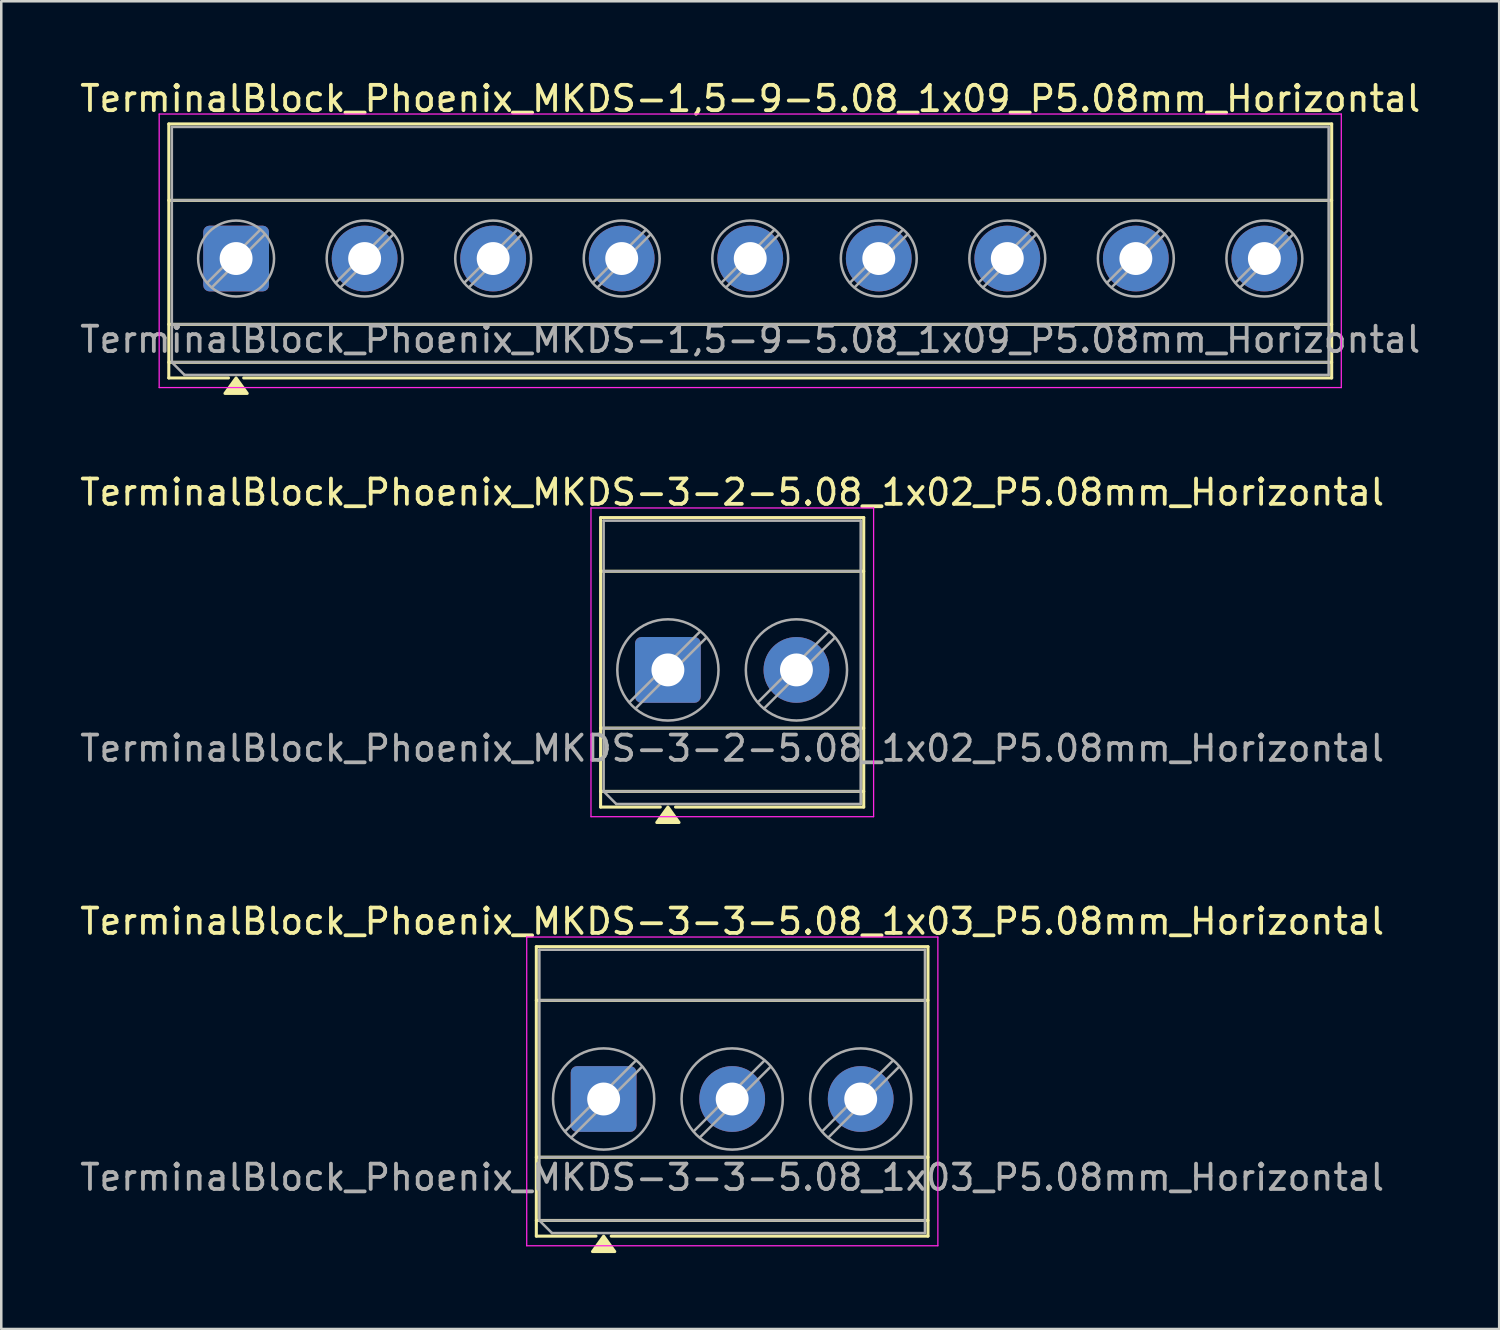
<source format=kicad_pcb>
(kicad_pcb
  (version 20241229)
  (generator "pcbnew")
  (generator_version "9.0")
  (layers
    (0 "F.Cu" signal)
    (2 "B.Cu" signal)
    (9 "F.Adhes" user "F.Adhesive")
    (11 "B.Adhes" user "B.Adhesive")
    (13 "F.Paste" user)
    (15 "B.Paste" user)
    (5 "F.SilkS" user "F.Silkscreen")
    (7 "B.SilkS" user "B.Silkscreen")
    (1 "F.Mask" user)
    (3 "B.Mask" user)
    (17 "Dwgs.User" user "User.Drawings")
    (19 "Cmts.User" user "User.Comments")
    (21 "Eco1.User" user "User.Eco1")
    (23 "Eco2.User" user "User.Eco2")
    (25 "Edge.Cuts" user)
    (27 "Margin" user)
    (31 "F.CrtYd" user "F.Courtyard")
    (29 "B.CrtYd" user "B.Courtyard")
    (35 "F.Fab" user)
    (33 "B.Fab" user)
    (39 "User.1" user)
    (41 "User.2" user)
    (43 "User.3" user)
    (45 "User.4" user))
  (footprint "TerminalBlock_Phoenix_MKDS-3-2-5.08_1x02_P5.08mm_Horizontal"
    (layer "F.Cu")
    (at 23.347 23.427)
    (property "Reference" "TerminalBlock_Phoenix_MKDS-3-2-5.08_1x02_P5.08mm_Horizontal" (at 2.54 -7.02 0) (layer "F.SilkS") (effects (font (size 1 1) (thickness 0.15))))
    (attr through_hole)
    (fp_line (start -2.66 -6.02) (end 7.74 -6.02) (stroke (width 0.12) (type solid)) (layer "F.SilkS"))
    (fp_line (start -2.66 -3.9) (end 7.74 -3.9) (stroke (width 0.12) (type solid)) (layer "F.SilkS"))
    (fp_line (start -2.66 2.3) (end 7.74 2.3) (stroke (width 0.12) (type solid)) (layer "F.SilkS"))
    (fp_line (start -2.66 4.8) (end 7.74 4.8) (stroke (width 0.12) (type solid)) (layer "F.SilkS"))
    (fp_line (start -2.66 5.42) (end -2.66 -6.02) (stroke (width 0.12) (type solid)) (layer "F.SilkS"))
    (fp_line (start -0.3 5.42) (end -2.66 5.42) (stroke (width 0.12) (type solid)) (layer "F.SilkS"))
    (fp_line (start 7.74 -6.02) (end 7.74 5.42) (stroke (width 0.12) (type solid)) (layer "F.SilkS"))
    (fp_line (start 7.74 5.42) (end 0.3 5.42) (stroke (width 0.12) (type solid)) (layer "F.SilkS"))
    (fp_poly (pts (xy 0 5.42) (xy 0.44 6.03) (xy -0.44 6.03)) (stroke (width 0.12) (type solid)) (fill yes) (layer "F.SilkS"))
    (fp_line (start -3.04 -6.4) (end -3.04 5.8) (stroke (width 0.05) (type solid)) (layer "F.CrtYd"))
    (fp_line (start -3.04 5.8) (end 8.13 5.8) (stroke (width 0.05) (type solid)) (layer "F.CrtYd"))
    (fp_line (start 8.13 -6.4) (end -3.04 -6.4) (stroke (width 0.05) (type solid)) (layer "F.CrtYd"))
    (fp_line (start 8.13 5.8) (end 8.13 -6.4) (stroke (width 0.05) (type solid)) (layer "F.CrtYd"))
    (fp_line (start -2.54 -5.9) (end 7.62 -5.9) (stroke (width 0.1) (type solid)) (layer "F.Fab"))
    (fp_line (start -2.54 -3.9) (end 7.62 -3.9) (stroke (width 0.1) (type solid)) (layer "F.Fab"))
    (fp_line (start -2.54 2.3) (end 7.62 2.3) (stroke (width 0.1) (type solid)) (layer "F.Fab"))
    (fp_line (start -2.54 4.8) (end -2.54 -5.9) (stroke (width 0.1) (type solid)) (layer "F.Fab"))
    (fp_line (start -2.54 4.8) (end 7.62 4.8) (stroke (width 0.1) (type solid)) (layer "F.Fab"))
    (fp_line (start -2.04 5.3) (end -2.54 4.8) (stroke (width 0.1) (type solid)) (layer "F.Fab"))
    (fp_line (start 1.273 -1.517) (end -1.517 1.273) (stroke (width 0.1) (type solid)) (layer "F.Fab"))
    (fp_line (start 1.517 -1.273) (end -1.273 1.517) (stroke (width 0.1) (type solid)) (layer "F.Fab"))
    (fp_line (start 6.353 -1.517) (end 3.563 1.273) (stroke (width 0.1) (type solid)) (layer "F.Fab"))
    (fp_line (start 6.597 -1.273) (end 3.807 1.517) (stroke (width 0.1) (type solid)) (layer "F.Fab"))
    (fp_line (start 7.62 -5.9) (end 7.62 5.3) (stroke (width 0.1) (type solid)) (layer "F.Fab"))
    (fp_line (start 7.62 5.3) (end -2.04 5.3) (stroke (width 0.1) (type solid)) (layer "F.Fab"))
    (fp_circle (center 0 0) (end 2 0) (stroke (width 0.1) (type solid)) (fill no) (layer "F.Fab"))
    (fp_circle (center 5.08 0) (end 7.08 0) (stroke (width 0.1) (type solid)) (fill no) (layer "F.Fab"))
    (fp_text user "${REFERENCE}" (at 2.54 3.1 0) (layer "F.Fab") (effects (font (size 1 1) (thickness 0.15))))
    (pad "1" thru_hole roundrect (at 0 0) (size 2.6 2.6) (drill 1.3) (layers "*.Cu" "*.Mask") (roundrect_rratio 0.096))
    (pad "2" thru_hole circle (at 5.08 0) (size 2.6 2.6) (drill 1.3) (layers "*.Cu" "*.Mask")))
  (footprint "TerminalBlock_Phoenix_MKDS-3-3-5.08_1x03_P5.08mm_Horizontal"
    (layer "F.Cu")
    (at 20.807 40.385)
    (property "Reference" "TerminalBlock_Phoenix_MKDS-3-3-5.08_1x03_P5.08mm_Horizontal" (at 5.08 -7.02 0) (layer "F.SilkS") (effects (font (size 1 1) (thickness 0.15))))
    (attr through_hole)
    (fp_line (start -2.66 -6.02) (end 12.82 -6.02) (stroke (width 0.12) (type solid)) (layer "F.SilkS"))
    (fp_line (start -2.66 -3.9) (end 12.82 -3.9) (stroke (width 0.12) (type solid)) (layer "F.SilkS"))
    (fp_line (start -2.66 2.3) (end 12.82 2.3) (stroke (width 0.12) (type solid)) (layer "F.SilkS"))
    (fp_line (start -2.66 4.8) (end 12.82 4.8) (stroke (width 0.12) (type solid)) (layer "F.SilkS"))
    (fp_line (start -2.66 5.42) (end -2.66 -6.02) (stroke (width 0.12) (type solid)) (layer "F.SilkS"))
    (fp_line (start -0.3 5.42) (end -2.66 5.42) (stroke (width 0.12) (type solid)) (layer "F.SilkS"))
    (fp_line (start 12.82 -6.02) (end 12.82 5.42) (stroke (width 0.12) (type solid)) (layer "F.SilkS"))
    (fp_line (start 12.82 5.42) (end 0.3 5.42) (stroke (width 0.12) (type solid)) (layer "F.SilkS"))
    (fp_poly (pts (xy 0 5.42) (xy 0.44 6.03) (xy -0.44 6.03)) (stroke (width 0.12) (type solid)) (fill yes) (layer "F.SilkS"))
    (fp_line (start -3.04 -6.4) (end -3.04 5.8) (stroke (width 0.05) (type solid)) (layer "F.CrtYd"))
    (fp_line (start -3.04 5.8) (end 13.21 5.8) (stroke (width 0.05) (type solid)) (layer "F.CrtYd"))
    (fp_line (start 13.21 -6.4) (end -3.04 -6.4) (stroke (width 0.05) (type solid)) (layer "F.CrtYd"))
    (fp_line (start 13.21 5.8) (end 13.21 -6.4) (stroke (width 0.05) (type solid)) (layer "F.CrtYd"))
    (fp_line (start -2.54 -5.9) (end 12.7 -5.9) (stroke (width 0.1) (type solid)) (layer "F.Fab"))
    (fp_line (start -2.54 -3.9) (end 12.7 -3.9) (stroke (width 0.1) (type solid)) (layer "F.Fab"))
    (fp_line (start -2.54 2.3) (end 12.7 2.3) (stroke (width 0.1) (type solid)) (layer "F.Fab"))
    (fp_line (start -2.54 4.8) (end -2.54 -5.9) (stroke (width 0.1) (type solid)) (layer "F.Fab"))
    (fp_line (start -2.54 4.8) (end 12.7 4.8) (stroke (width 0.1) (type solid)) (layer "F.Fab"))
    (fp_line (start -2.04 5.3) (end -2.54 4.8) (stroke (width 0.1) (type solid)) (layer "F.Fab"))
    (fp_line (start 1.273 -1.517) (end -1.517 1.273) (stroke (width 0.1) (type solid)) (layer "F.Fab"))
    (fp_line (start 1.517 -1.273) (end -1.273 1.517) (stroke (width 0.1) (type solid)) (layer "F.Fab"))
    (fp_line (start 6.353 -1.517) (end 3.563 1.273) (stroke (width 0.1) (type solid)) (layer "F.Fab"))
    (fp_line (start 6.597 -1.273) (end 3.807 1.517) (stroke (width 0.1) (type solid)) (layer "F.Fab"))
    (fp_line (start 11.433 -1.517) (end 8.643 1.273) (stroke (width 0.1) (type solid)) (layer "F.Fab"))
    (fp_line (start 11.677 -1.273) (end 8.887 1.517) (stroke (width 0.1) (type solid)) (layer "F.Fab"))
    (fp_line (start 12.7 -5.9) (end 12.7 5.3) (stroke (width 0.1) (type solid)) (layer "F.Fab"))
    (fp_line (start 12.7 5.3) (end -2.04 5.3) (stroke (width 0.1) (type solid)) (layer "F.Fab"))
    (fp_circle (center 0 0) (end 2 0) (stroke (width 0.1) (type solid)) (fill no) (layer "F.Fab"))
    (fp_circle (center 5.08 0) (end 7.08 0) (stroke (width 0.1) (type solid)) (fill no) (layer "F.Fab"))
    (fp_circle (center 10.16 0) (end 12.16 0) (stroke (width 0.1) (type solid)) (fill no) (layer "F.Fab"))
    (fp_text user "${REFERENCE}" (at 5.08 3.1 0) (layer "F.Fab") (effects (font (size 1 1) (thickness 0.15))))
    (pad "1" thru_hole roundrect (at 0 0) (size 2.6 2.6) (drill 1.3) (layers "*.Cu" "*.Mask") (roundrect_rratio 0.096))
    (pad "2" thru_hole circle (at 5.08 0) (size 2.6 2.6) (drill 1.3) (layers "*.Cu" "*.Mask"))
    (pad "3" thru_hole circle (at 10.16 0) (size 2.6 2.6) (drill 1.3) (layers "*.Cu" "*.Mask")))
  (footprint "TerminalBlock_Phoenix_MKDS-1,5-9-5.08_1x09_P5.08mm_Horizontal"
    (layer "F.Cu")
    (at 6.281 7.168)
    (property "Reference" "TerminalBlock_Phoenix_MKDS-1,5-9-5.08_1x09_P5.08mm_Horizontal" (at 20.32 -6.32 0) (layer "F.SilkS") (effects (font (size 1 1) (thickness 0.15))))
    (attr through_hole)
    (fp_line (start -2.66 -5.32) (end 43.3 -5.32) (stroke (width 0.12) (type solid)) (layer "F.SilkS"))
    (fp_line (start -2.66 -2.3) (end 43.3 -2.3) (stroke (width 0.12) (type solid)) (layer "F.SilkS"))
    (fp_line (start -2.66 2.6) (end 43.3 2.6) (stroke (width 0.12) (type solid)) (layer "F.SilkS"))
    (fp_line (start -2.66 4.1) (end 43.3 4.1) (stroke (width 0.12) (type solid)) (layer "F.SilkS"))
    (fp_line (start -2.66 4.72) (end -2.66 -5.32) (stroke (width 0.12) (type solid)) (layer "F.SilkS"))
    (fp_line (start -0.3 4.72) (end -2.66 4.72) (stroke (width 0.12) (type solid)) (layer "F.SilkS"))
    (fp_line (start 43.3 -5.32) (end 43.3 4.72) (stroke (width 0.12) (type solid)) (layer "F.SilkS"))
    (fp_line (start 43.3 4.72) (end 0.3 4.72) (stroke (width 0.12) (type solid)) (layer "F.SilkS"))
    (fp_poly (pts (xy 0 4.72) (xy 0.44 5.33) (xy -0.44 5.33)) (stroke (width 0.12) (type solid)) (fill yes) (layer "F.SilkS"))
    (fp_line (start -3.04 -5.71) (end -3.04 5.1) (stroke (width 0.05) (type solid)) (layer "F.CrtYd"))
    (fp_line (start -3.04 5.1) (end 43.68 5.1) (stroke (width 0.05) (type solid)) (layer "F.CrtYd"))
    (fp_line (start 43.68 -5.71) (end -3.04 -5.71) (stroke (width 0.05) (type solid)) (layer "F.CrtYd"))
    (fp_line (start 43.68 5.1) (end 43.68 -5.71) (stroke (width 0.05) (type solid)) (layer "F.CrtYd"))
    (fp_line (start -2.54 -5.2) (end 43.18 -5.2) (stroke (width 0.1) (type solid)) (layer "F.Fab"))
    (fp_line (start -2.54 -2.3) (end 43.18 -2.3) (stroke (width 0.1) (type solid)) (layer "F.Fab"))
    (fp_line (start -2.54 2.6) (end 43.18 2.6) (stroke (width 0.1) (type solid)) (layer "F.Fab"))
    (fp_line (start -2.54 4.1) (end -2.54 -5.2) (stroke (width 0.1) (type solid)) (layer "F.Fab"))
    (fp_line (start -2.54 4.1) (end 43.18 4.1) (stroke (width 0.1) (type solid)) (layer "F.Fab"))
    (fp_line (start -2.04 4.6) (end -2.54 4.1) (stroke (width 0.1) (type solid)) (layer "F.Fab"))
    (fp_line (start 0.955 -1.138) (end -1.138 0.955) (stroke (width 0.1) (type solid)) (layer "F.Fab"))
    (fp_line (start 1.138 -0.955) (end -0.955 1.138) (stroke (width 0.1) (type solid)) (layer "F.Fab"))
    (fp_line (start 6.035 -1.138) (end 3.942 0.955) (stroke (width 0.1) (type solid)) (layer "F.Fab"))
    (fp_line (start 6.218 -0.955) (end 4.125 1.138) (stroke (width 0.1) (type solid)) (layer "F.Fab"))
    (fp_line (start 11.115 -1.138) (end 9.022 0.955) (stroke (width 0.1) (type solid)) (layer "F.Fab"))
    (fp_line (start 11.298 -0.955) (end 9.205 1.138) (stroke (width 0.1) (type solid)) (layer "F.Fab"))
    (fp_line (start 16.195 -1.138) (end 14.102 0.955) (stroke (width 0.1) (type solid)) (layer "F.Fab"))
    (fp_line (start 16.378 -0.955) (end 14.285 1.138) (stroke (width 0.1) (type solid)) (layer "F.Fab"))
    (fp_line (start 21.275 -1.138) (end 19.182 0.955) (stroke (width 0.1) (type solid)) (layer "F.Fab"))
    (fp_line (start 21.458 -0.955) (end 19.365 1.138) (stroke (width 0.1) (type solid)) (layer "F.Fab"))
    (fp_line (start 26.355 -1.138) (end 24.262 0.955) (stroke (width 0.1) (type solid)) (layer "F.Fab"))
    (fp_line (start 26.538 -0.955) (end 24.445 1.138) (stroke (width 0.1) (type solid)) (layer "F.Fab"))
    (fp_line (start 31.435 -1.138) (end 29.342 0.955) (stroke (width 0.1) (type solid)) (layer "F.Fab"))
    (fp_line (start 31.618 -0.955) (end 29.525 1.138) (stroke (width 0.1) (type solid)) (layer "F.Fab"))
    (fp_line (start 36.515 -1.138) (end 34.422 0.955) (stroke (width 0.1) (type solid)) (layer "F.Fab"))
    (fp_line (start 36.698 -0.955) (end 34.605 1.138) (stroke (width 0.1) (type solid)) (layer "F.Fab"))
    (fp_line (start 41.595 -1.138) (end 39.502 0.955) (stroke (width 0.1) (type solid)) (layer "F.Fab"))
    (fp_line (start 41.778 -0.955) (end 39.685 1.138) (stroke (width 0.1) (type solid)) (layer "F.Fab"))
    (fp_line (start 43.18 -5.2) (end 43.18 4.6) (stroke (width 0.1) (type solid)) (layer "F.Fab"))
    (fp_line (start 43.18 4.6) (end -2.04 4.6) (stroke (width 0.1) (type solid)) (layer "F.Fab"))
    (fp_circle (center 0 0) (end 1.5 0) (stroke (width 0.1) (type solid)) (fill no) (layer "F.Fab"))
    (fp_circle (center 5.08 0) (end 6.58 0) (stroke (width 0.1) (type solid)) (fill no) (layer "F.Fab"))
    (fp_circle (center 10.16 0) (end 11.66 0) (stroke (width 0.1) (type solid)) (fill no) (layer "F.Fab"))
    (fp_circle (center 15.24 0) (end 16.74 0) (stroke (width 0.1) (type solid)) (fill no) (layer "F.Fab"))
    (fp_circle (center 20.32 0) (end 21.82 0) (stroke (width 0.1) (type solid)) (fill no) (layer "F.Fab"))
    (fp_circle (center 25.4 0) (end 26.9 0) (stroke (width 0.1) (type solid)) (fill no) (layer "F.Fab"))
    (fp_circle (center 30.48 0) (end 31.98 0) (stroke (width 0.1) (type solid)) (fill no) (layer "F.Fab"))
    (fp_circle (center 35.56 0) (end 37.06 0) (stroke (width 0.1) (type solid)) (fill no) (layer "F.Fab"))
    (fp_circle (center 40.64 0) (end 42.14 0) (stroke (width 0.1) (type solid)) (fill no) (layer "F.Fab"))
    (fp_text user "${REFERENCE}" (at 20.32 3.2 0) (layer "F.Fab") (effects (font (size 1 1) (thickness 0.15))))
    (pad "1" thru_hole roundrect (at 0 0) (size 2.6 2.6) (drill 1.3) (layers "*.Cu" "*.Mask") (roundrect_rratio 0.096))
    (pad "2" thru_hole circle (at 5.08 0) (size 2.6 2.6) (drill 1.3) (layers "*.Cu" "*.Mask"))
    (pad "3" thru_hole circle (at 10.16 0) (size 2.6 2.6) (drill 1.3) (layers "*.Cu" "*.Mask"))
    (pad "4" thru_hole circle (at 15.24 0) (size 2.6 2.6) (drill 1.3) (layers "*.Cu" "*.Mask"))
    (pad "5" thru_hole circle (at 20.32 0) (size 2.6 2.6) (drill 1.3) (layers "*.Cu" "*.Mask"))
    (pad "6" thru_hole circle (at 25.4 0) (size 2.6 2.6) (drill 1.3) (layers "*.Cu" "*.Mask"))
    (pad "7" thru_hole circle (at 30.48 0) (size 2.6 2.6) (drill 1.3) (layers "*.Cu" "*.Mask"))
    (pad "8" thru_hole circle (at 35.56 0) (size 2.6 2.6) (drill 1.3) (layers "*.Cu" "*.Mask"))
    (pad "9" thru_hole circle (at 40.64 0) (size 2.6 2.6) (drill 1.3) (layers "*.Cu" "*.Mask")))
  (gr_rect
    (start -3 -3)
    (end 56.202 49.475)
    (stroke (width 0.1) (type default))
    (fill no)
    (layer "Edge.Cuts")))
</source>
